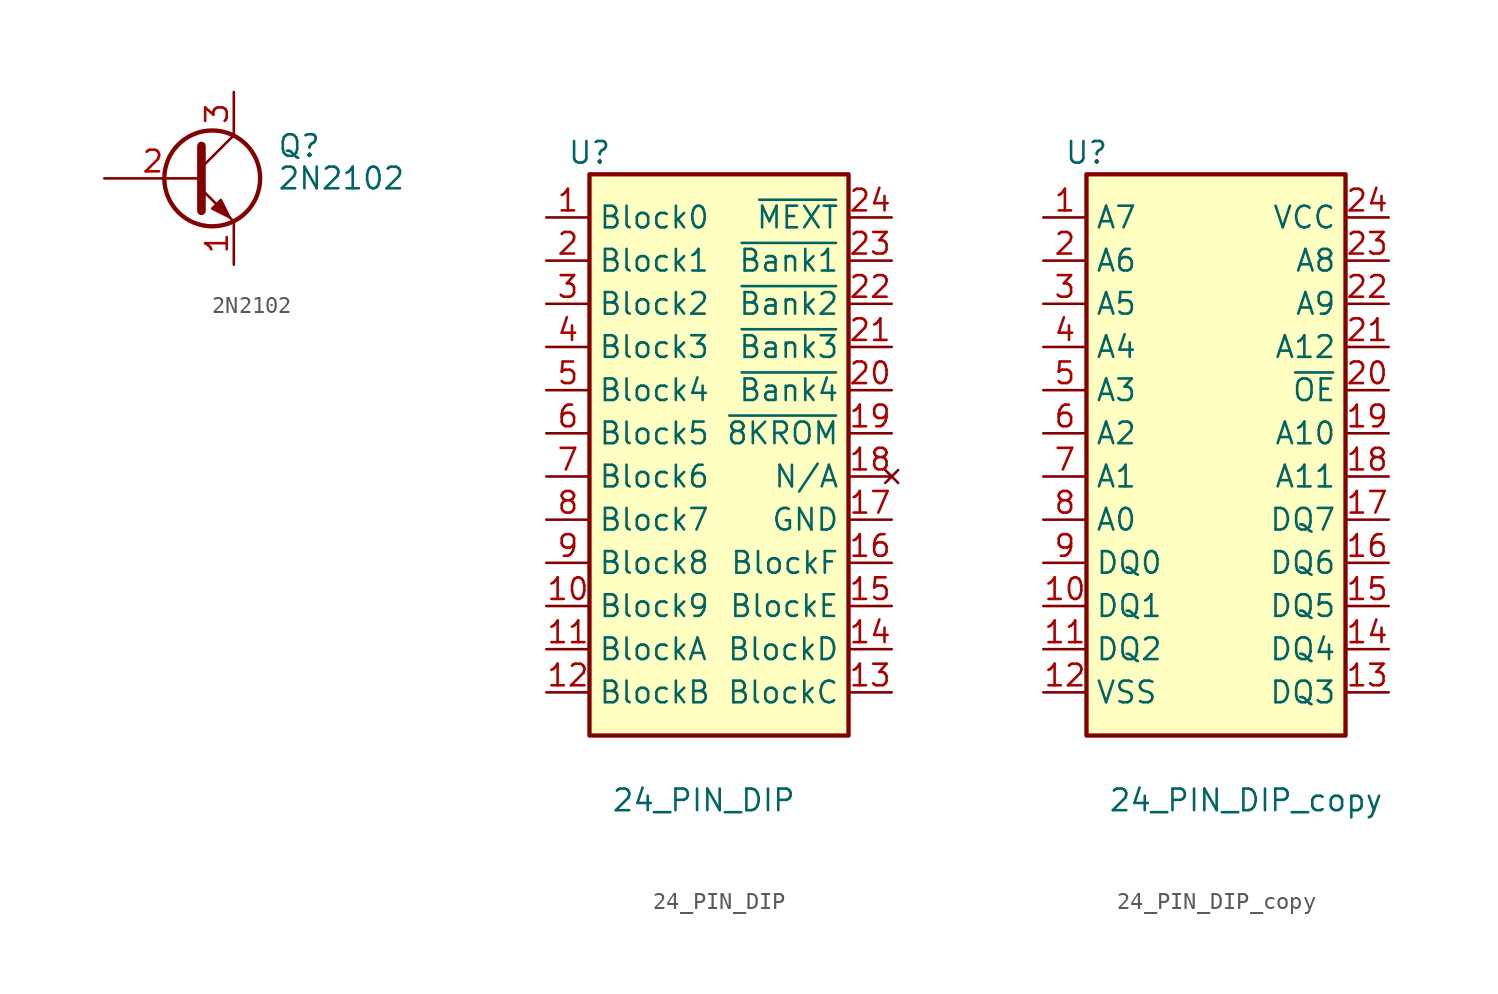
<source format=kicad_sym>
(kicad_symbol_lib
  (version 20241209)
  (generator "kicad_symbol_editor")
  (generator_version "9.0")
  (symbol "2N2102"
    (pin_names
      (offset 0)
      (hide yes))
    (property "Reference" "Q"
      (at 5.08 1.905 0)
      (effects (font (size 1.27 1.27)) (justify left)))
    (property "Value" "2N2102"
      (at 5.08 0 0)
      (effects (font (size 1.27 1.27)) (justify left)))
    (symbol "2N2102_0_1"
      (polyline (pts (xy 0.635 1.905) (xy 0.635 -1.905) (xy 0.635 -1.905)) (stroke (width 0.508) (type default)) (fill (type none)))
      (polyline (pts (xy 0.635 0.635) (xy 2.54 2.54)) (stroke (width 0) (type default)) (fill (type none)))
      (polyline (pts (xy 0.635 -0.635) (xy 2.54 -2.54) (xy 2.54 -2.54)) (stroke (width 0) (type default)) (fill (type none)))
      (circle (center 1.27 0) (radius 2.819) (stroke (width 0.254) (type default)) (fill (type none)))
      (polyline (pts (xy 1.27 -1.778) (xy 1.778 -1.27) (xy 2.286 -2.286) (xy 1.27 -1.778) (xy 1.27 -1.778)) (stroke (width 0) (type default)) (fill (type outline))))
    (symbol "2N2102_1_1"
      (pin passive line (at -5.08 0 0) (length 5.715) (name "B" (effects (font (size 1.27 1.27)))) (number "2" (effects (font (size 1.27 1.27)))))
      (pin passive line (at 2.54 5.08 270) (length 2.54) (name "C" (effects (font (size 1.27 1.27)))) (number "3" (effects (font (size 1.27 1.27)))))
      (pin passive line (at 2.54 -5.08 90) (length 2.54) (name "E" (effects (font (size 1.27 1.27)))) (number "1" (effects (font (size 1.27 1.27)))))))
  (symbol "24_PIN_DIP"
    (property "Reference" "U"
      (at -7.62 17.78 0)
      (effects (font (size 1.27 1.27))))
    (property "Value" "24_PIN_DIP"
      (at -6.35 -20.32 0)
      (effects (font (size 1.27 1.27)) (justify left)))
    (symbol "24_PIN_DIP_1_1"
      (rectangle (start -7.62 16.51) (end 7.62 -16.51) (stroke (width 0.254) (type default)) (fill (type background)))
      (pin input line (at -10.16 13.97 0) (length 2.54) (name "Block0" (effects (font (size 1.27 1.27)))) (number "1" (effects (font (size 1.27 1.27)))))
      (pin input line (at -10.16 11.43 0) (length 2.54) (name "Block1" (effects (font (size 1.27 1.27)))) (number "2" (effects (font (size 1.27 1.27)))))
      (pin input line (at -10.16 8.89 0) (length 2.54) (name "Block2" (effects (font (size 1.27 1.27)))) (number "3" (effects (font (size 1.27 1.27)))))
      (pin input line (at -10.16 6.35 0) (length 2.54) (name "Block3" (effects (font (size 1.27 1.27)))) (number "4" (effects (font (size 1.27 1.27)))))
      (pin input line (at -10.16 3.81 0) (length 2.54) (name "Block4" (effects (font (size 1.27 1.27)))) (number "5" (effects (font (size 1.27 1.27)))))
      (pin input line (at -10.16 1.27 0) (length 2.54) (name "Block5" (effects (font (size 1.27 1.27)))) (number "6" (effects (font (size 1.27 1.27)))))
      (pin input line (at -10.16 -1.27 0) (length 2.54) (name "Block6" (effects (font (size 1.27 1.27)))) (number "7" (effects (font (size 1.27 1.27)))))
      (pin input line (at -10.16 -3.81 0) (length 2.54) (name "Block7" (effects (font (size 1.27 1.27)))) (number "8" (effects (font (size 1.27 1.27)))))
      (pin input line (at -10.16 -6.35 0) (length 2.54) (name "Block8" (effects (font (size 1.27 1.27)))) (number "9" (effects (font (size 1.27 1.27)))))
      (pin input line (at -10.16 -8.89 0) (length 2.54) (name "Block9" (effects (font (size 1.27 1.27)))) (number "10" (effects (font (size 1.27 1.27)))))
      (pin input line (at -10.16 -11.43 0) (length 2.54) (name "BlockA" (effects (font (size 1.27 1.27)))) (number "11" (effects (font (size 1.27 1.27)))))
      (pin input line (at -10.16 -13.97 0) (length 2.54) (name "BlockB" (effects (font (size 1.27 1.27)))) (number "12" (effects (font (size 1.27 1.27)))))
      (pin output line (at 10.16 13.97 180) (length 2.54) (name "~{MEXT}" (effects (font (size 1.27 1.27)))) (number "24" (effects (font (size 1.27 1.27)))))
      (pin output line (at 10.16 11.43 180) (length 2.54) (name "~{Bank1}" (effects (font (size 1.27 1.27)))) (number "23" (effects (font (size 1.27 1.27)))))
      (pin output line (at 10.16 8.89 180) (length 2.54) (name "~{Bank2}" (effects (font (size 1.27 1.27)))) (number "22" (effects (font (size 1.27 1.27)))))
      (pin output line (at 10.16 6.35 180) (length 2.54) (name "~{Bank3}" (effects (font (size 1.27 1.27)))) (number "21" (effects (font (size 1.27 1.27)))))
      (pin output line (at 10.16 3.81 180) (length 2.54) (name "~{Bank4}" (effects (font (size 1.27 1.27)))) (number "20" (effects (font (size 1.27 1.27)))))
      (pin output line (at 10.16 1.27 180) (length 2.54) (name "~{8KROM}" (effects (font (size 1.27 1.27)))) (number "19" (effects (font (size 1.27 1.27)))))
      (pin no_connect line (at 10.16 -1.27 180) (length 2.54) (name "N/A" (effects (font (size 1.27 1.27)))) (number "18" (effects (font (size 1.27 1.27)))))
      (pin input line (at 10.16 -3.81 180) (length 2.54) (name "GND" (effects (font (size 1.27 1.27)))) (number "17" (effects (font (size 1.27 1.27)))))
      (pin input line (at 10.16 -6.35 180) (length 2.54) (name "BlockF" (effects (font (size 1.27 1.27)))) (number "16" (effects (font (size 1.27 1.27)))))
      (pin input line (at 10.16 -8.89 180) (length 2.54) (name "BlockE" (effects (font (size 1.27 1.27)))) (number "15" (effects (font (size 1.27 1.27)))))
      (pin input line (at 10.16 -11.43 180) (length 2.54) (name "BlockD" (effects (font (size 1.27 1.27)))) (number "14" (effects (font (size 1.27 1.27)))))
      (pin input line (at 10.16 -13.97 180) (length 2.54) (name "BlockC" (effects (font (size 1.27 1.27)))) (number "13" (effects (font (size 1.27 1.27)))))))
  (symbol "24_PIN_DIP_copy"
    (property "Reference" "U"
      (at -7.62 17.78 0)
      (effects (font (size 1.27 1.27))))
    (property "Value" "24_PIN_DIP_copy"
      (at -6.35 -20.32 0)
      (effects (font (size 1.27 1.27)) (justify left)))
    (symbol "24_PIN_DIP_copy_1_1"
      (rectangle (start -7.62 16.51) (end 7.62 -16.51) (stroke (width 0.254) (type default)) (fill (type background)))
      (pin input line (at -10.16 13.97 0) (length 2.54) (name "A7" (effects (font (size 1.27 1.27)))) (number "1" (effects (font (size 1.27 1.27)))))
      (pin input line (at -10.16 11.43 0) (length 2.54) (name "A6" (effects (font (size 1.27 1.27)))) (number "2" (effects (font (size 1.27 1.27)))))
      (pin input line (at -10.16 8.89 0) (length 2.54) (name "A5" (effects (font (size 1.27 1.27)))) (number "3" (effects (font (size 1.27 1.27)))))
      (pin input line (at -10.16 6.35 0) (length 2.54) (name "A4" (effects (font (size 1.27 1.27)))) (number "4" (effects (font (size 1.27 1.27)))))
      (pin input line (at -10.16 3.81 0) (length 2.54) (name "A3" (effects (font (size 1.27 1.27)))) (number "5" (effects (font (size 1.27 1.27)))))
      (pin input line (at -10.16 1.27 0) (length 2.54) (name "A2" (effects (font (size 1.27 1.27)))) (number "6" (effects (font (size 1.27 1.27)))))
      (pin input line (at -10.16 -1.27 0) (length 2.54) (name "A1" (effects (font (size 1.27 1.27)))) (number "7" (effects (font (size 1.27 1.27)))))
      (pin input line (at -10.16 -3.81 0) (length 2.54) (name "A0" (effects (font (size 1.27 1.27)))) (number "8" (effects (font (size 1.27 1.27)))))
      (pin tri_state line (at -10.16 -6.35 0) (length 2.54) (name "DQ0" (effects (font (size 1.27 1.27)))) (number "9" (effects (font (size 1.27 1.27)))))
      (pin tri_state line (at -10.16 -8.89 0) (length 2.54) (name "DQ1" (effects (font (size 1.27 1.27)))) (number "10" (effects (font (size 1.27 1.27)))))
      (pin tri_state line (at -10.16 -11.43 0) (length 2.54) (name "DQ2" (effects (font (size 1.27 1.27)))) (number "11" (effects (font (size 1.27 1.27)))))
      (pin power_in line (at -10.16 -13.97 0) (length 2.54) (name "VSS" (effects (font (size 1.27 1.27)))) (number "12" (effects (font (size 1.27 1.27)))))
      (pin power_in line (at 10.16 13.97 180) (length 2.54) (name "VCC" (effects (font (size 1.27 1.27)))) (number "24" (effects (font (size 1.27 1.27)))))
      (pin input line (at 10.16 11.43 180) (length 2.54) (name "A8" (effects (font (size 1.27 1.27)))) (number "23" (effects (font (size 1.27 1.27)))))
      (pin input line (at 10.16 8.89 180) (length 2.54) (name "A9" (effects (font (size 1.27 1.27)))) (number "22" (effects (font (size 1.27 1.27)))))
      (pin input line (at 10.16 6.35 180) (length 2.54) (name "A12" (effects (font (size 1.27 1.27)))) (number "21" (effects (font (size 1.27 1.27)))))
      (pin input line (at 10.16 3.81 180) (length 2.54) (name "~{OE}" (effects (font (size 1.27 1.27)))) (number "20" (effects (font (size 1.27 1.27)))))
      (pin input line (at 10.16 1.27 180) (length 2.54) (name "A10" (effects (font (size 1.27 1.27)))) (number "19" (effects (font (size 1.27 1.27)))))
      (pin input line (at 10.16 -1.27 180) (length 2.54) (name "A11" (effects (font (size 1.27 1.27)))) (number "18" (effects (font (size 1.27 1.27)))))
      (pin tri_state line (at 10.16 -3.81 180) (length 2.54) (name "DQ7" (effects (font (size 1.27 1.27)))) (number "17" (effects (font (size 1.27 1.27)))))
      (pin tri_state line (at 10.16 -6.35 180) (length 2.54) (name "DQ6" (effects (font (size 1.27 1.27)))) (number "16" (effects (font (size 1.27 1.27)))))
      (pin tri_state line (at 10.16 -8.89 180) (length 2.54) (name "DQ5" (effects (font (size 1.27 1.27)))) (number "15" (effects (font (size 1.27 1.27)))))
      (pin tri_state line (at 10.16 -11.43 180) (length 2.54) (name "DQ4" (effects (font (size 1.27 1.27)))) (number "14" (effects (font (size 1.27 1.27)))))
      (pin tri_state line (at 10.16 -13.97 180) (length 2.54) (name "DQ3" (effects (font (size 1.27 1.27)))) (number "13" (effects (font (size 1.27 1.27))))))))
</source>
